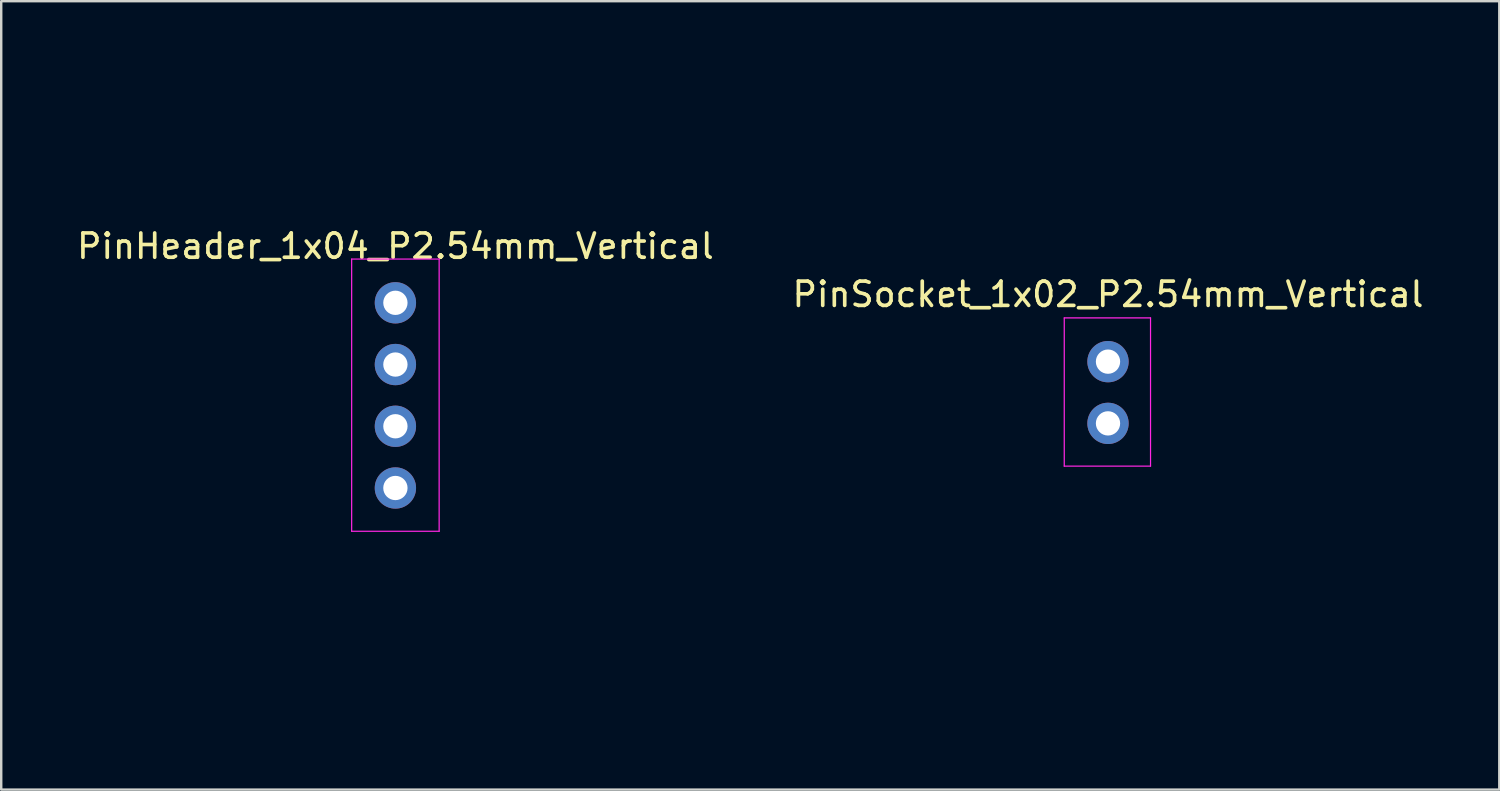
<source format=kicad_pcb>
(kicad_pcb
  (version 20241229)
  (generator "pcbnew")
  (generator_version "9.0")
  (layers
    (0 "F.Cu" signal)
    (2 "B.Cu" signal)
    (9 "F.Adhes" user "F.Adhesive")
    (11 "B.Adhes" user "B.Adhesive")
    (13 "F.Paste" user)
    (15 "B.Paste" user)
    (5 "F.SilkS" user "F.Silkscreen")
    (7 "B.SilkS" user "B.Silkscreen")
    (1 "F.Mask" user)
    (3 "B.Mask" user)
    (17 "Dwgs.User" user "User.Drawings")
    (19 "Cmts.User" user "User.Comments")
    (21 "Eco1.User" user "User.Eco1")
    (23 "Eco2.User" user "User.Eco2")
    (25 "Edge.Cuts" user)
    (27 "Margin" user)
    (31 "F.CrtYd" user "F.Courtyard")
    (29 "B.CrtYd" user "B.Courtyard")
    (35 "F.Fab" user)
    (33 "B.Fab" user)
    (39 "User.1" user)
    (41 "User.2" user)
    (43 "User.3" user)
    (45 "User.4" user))
  (footprint "PinSocket_1x02_P2.54mm_Vertical"
    (layer "F.Cu")
    (at 42.542 11.831)
    (property "Reference" "PinSocket_1x02_P2.54mm_Vertical" (at 0 -2.77 180) (layer "F.SilkS") (effects (font (size 1 1) (thickness 0.15))))
    (attr through_hole)
    (fp_line (start -1.8 -1.8) (end 1.75 -1.8) (stroke (width 0.05) (type solid)) (layer "F.CrtYd"))
    (fp_line (start -1.8 4.3) (end -1.8 -1.8) (stroke (width 0.05) (type solid)) (layer "F.CrtYd"))
    (fp_line (start 1.75 -1.8) (end 1.75 4.3) (stroke (width 0.05) (type solid)) (layer "F.CrtYd"))
    (fp_line (start 1.75 4.3) (end -1.8 4.3) (stroke (width 0.05) (type solid)) (layer "F.CrtYd"))
    (fp_line (start -1.27 -1.27) (end 0.635 -1.27) (stroke (width 0.1) (type solid)) (layer "User.1"))
    (fp_line (start -1.27 3.81) (end -1.27 -1.27) (stroke (width 0.1) (type solid)) (layer "User.1"))
    (fp_line (start 0.635 -1.27) (end 1.27 -0.635) (stroke (width 0.1) (type solid)) (layer "User.1"))
    (fp_line (start 1.27 -0.635) (end 1.27 3.81) (stroke (width 0.1) (type solid)) (layer "User.1"))
    (fp_line (start 1.27 3.81) (end -1.27 3.81) (stroke (width 0.1) (type solid)) (layer "User.1"))
    (fp_line (start -1.33 1.27) (end -1.33 3.87) (stroke (width 0.12) (type solid)) (layer "User.2"))
    (fp_line (start -1.33 1.27) (end 1.33 1.27) (stroke (width 0.12) (type solid)) (layer "User.2"))
    (fp_line (start -1.33 3.87) (end 1.33 3.87) (stroke (width 0.12) (type solid)) (layer "User.2"))
    (fp_line (start 0 -1.33) (end 1.33 -1.33) (stroke (width 0.12) (type solid)) (layer "User.2"))
    (fp_line (start 1.33 -1.33) (end 1.33 0) (stroke (width 0.12) (type solid)) (layer "User.2"))
    (fp_line (start 1.33 1.27) (end 1.33 3.87) (stroke (width 0.12) (type solid)) (layer "User.2"))
    (fp_text user "${REFERENCE}" (at 0 1.27 270) (layer "User.1") (effects (font (size 1 1) (thickness 0.15))))
    (pad "1" thru_hole circle (at 0 0) (size 1.7 1.7) (drill 1) (layers "*.Cu" "*.Mask"))
    (pad "2" thru_hole oval (at 0 2.54) (size 1.7 1.7) (drill 1) (layers "*.Cu" "*.Mask")))
  (footprint "PinHeader_1x04_P2.54mm_Vertical"
    (layer "F.Cu")
    (at 13.22 9.41)
    (property "Reference" "PinHeader_1x04_P2.54mm_Vertical" (at 0 -2.33 0) (layer "F.SilkS") (effects (font (size 1 1) (thickness 0.15))))
    (attr through_hole)
    (fp_line (start -1.8 -1.8) (end -1.8 9.4) (stroke (width 0.05) (type solid)) (layer "F.CrtYd"))
    (fp_line (start -1.8 9.4) (end 1.8 9.4) (stroke (width 0.05) (type solid)) (layer "F.CrtYd"))
    (fp_line (start 1.8 -1.8) (end -1.8 -1.8) (stroke (width 0.05) (type solid)) (layer "F.CrtYd"))
    (fp_line (start 1.8 9.4) (end 1.8 -1.8) (stroke (width 0.05) (type solid)) (layer "F.CrtYd"))
    (fp_line (start -1.27 -0.635) (end -0.635 -1.27) (stroke (width 0.1) (type solid)) (layer "User.1"))
    (fp_line (start -1.27 8.89) (end -1.27 -0.635) (stroke (width 0.1) (type solid)) (layer "User.1"))
    (fp_line (start -0.635 -1.27) (end 1.27 -1.27) (stroke (width 0.1) (type solid)) (layer "User.1"))
    (fp_line (start 1.27 -1.27) (end 1.27 8.89) (stroke (width 0.1) (type solid)) (layer "User.1"))
    (fp_line (start 1.27 8.89) (end -1.27 8.89) (stroke (width 0.1) (type solid)) (layer "User.1"))
    (fp_line (start -1.33 -1.33) (end 0 -1.33) (stroke (width 0.12) (type solid)) (layer "User.2"))
    (fp_line (start -1.33 0) (end -1.33 -1.33) (stroke (width 0.12) (type solid)) (layer "User.2"))
    (fp_line (start -1.33 1.27) (end -1.33 8.95) (stroke (width 0.12) (type solid)) (layer "User.2"))
    (fp_line (start -1.33 1.27) (end 1.33 1.27) (stroke (width 0.12) (type solid)) (layer "User.2"))
    (fp_line (start -1.33 8.95) (end 1.33 8.95) (stroke (width 0.12) (type solid)) (layer "User.2"))
    (fp_line (start 1.33 1.27) (end 1.33 8.95) (stroke (width 0.12) (type solid)) (layer "User.2"))
    (fp_text user "${REFERENCE}" (at 0 3.81 90) (layer "User.1") (effects (font (size 1 1) (thickness 0.15))))
    (pad "1" thru_hole circle (at 0 0) (size 1.7 1.7) (drill 1) (layers "*.Cu" "*.Mask"))
    (pad "2" thru_hole oval (at 0 2.54) (size 1.7 1.7) (drill 1) (layers "*.Cu" "*.Mask"))
    (pad "3" thru_hole oval (at 0 5.08) (size 1.7 1.7) (drill 1) (layers "*.Cu" "*.Mask"))
    (pad "4" thru_hole oval (at 0 7.62) (size 1.7 1.7) (drill 1) (layers "*.Cu" "*.Mask")))
  (gr_rect
    (start -3 -3)
    (end 58.643 29.44)
    (stroke (width 0.1) (type default))
    (fill no)
    (layer "Edge.Cuts")))
</source>
